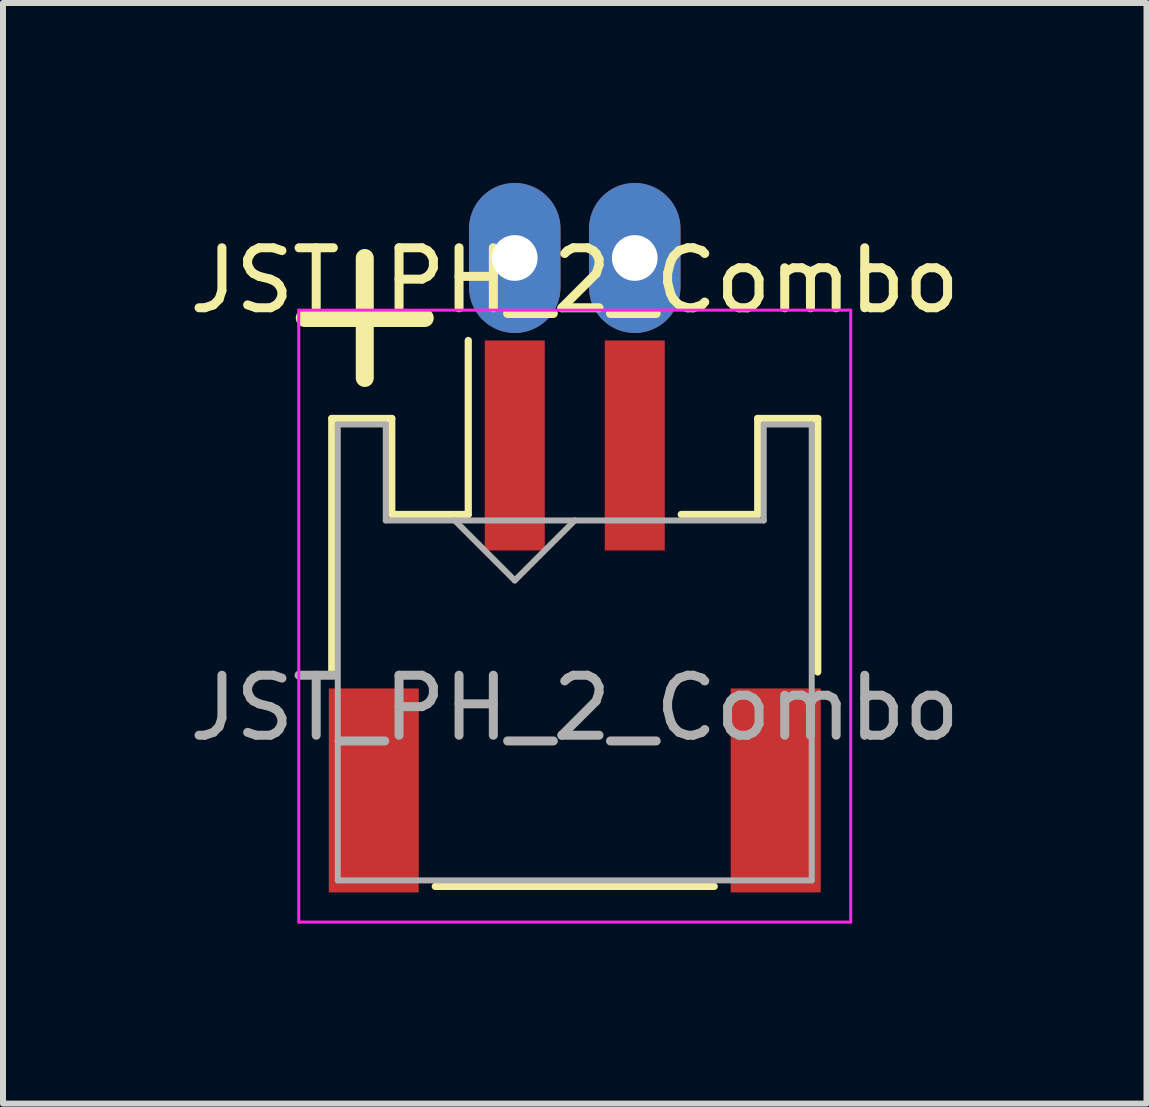
<source format=kicad_pcb>
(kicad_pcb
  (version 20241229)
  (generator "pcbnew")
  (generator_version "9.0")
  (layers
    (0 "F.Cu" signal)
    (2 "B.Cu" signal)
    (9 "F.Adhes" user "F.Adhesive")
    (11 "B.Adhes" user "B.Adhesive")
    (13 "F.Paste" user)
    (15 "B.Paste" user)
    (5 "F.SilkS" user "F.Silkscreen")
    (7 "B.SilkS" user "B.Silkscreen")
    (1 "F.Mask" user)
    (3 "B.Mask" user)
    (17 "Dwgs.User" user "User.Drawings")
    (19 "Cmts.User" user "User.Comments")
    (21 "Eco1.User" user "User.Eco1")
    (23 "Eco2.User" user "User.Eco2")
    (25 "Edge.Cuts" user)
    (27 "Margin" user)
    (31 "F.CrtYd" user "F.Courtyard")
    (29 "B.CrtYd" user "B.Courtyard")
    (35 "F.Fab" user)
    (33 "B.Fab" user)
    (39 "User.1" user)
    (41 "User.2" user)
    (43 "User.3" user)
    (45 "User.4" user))
  (footprint "JST_PH_2_Combo"
    (layer "F.Cu")
    (at 6.53 7.25)
    (property "Reference" "JST_PH_2_Combo" (at 0 -5.625 0) (layer "F.SilkS") (effects (font (size 1 1) (thickness 0.15))))
    (attr smd)
    (fp_line (start -4.05 -3.325) (end -4.05 0.9) (stroke (width 0.12) (type solid)) (layer "F.SilkS"))
    (fp_line (start -3.5 -4) (end -3.5 -6) (stroke (width 0.3) (type solid)) (layer "F.SilkS"))
    (fp_line (start -3.05 -3.325) (end -4.05 -3.325) (stroke (width 0.12) (type solid)) (layer "F.SilkS"))
    (fp_line (start -3.05 -1.725) (end -3.05 -3.325) (stroke (width 0.12) (type solid)) (layer "F.SilkS"))
    (fp_line (start -2.5 -5) (end -4.5 -5) (stroke (width 0.3) (type solid)) (layer "F.SilkS"))
    (fp_line (start -2.325 4.475) (end 2.325 4.475) (stroke (width 0.12) (type solid)) (layer "F.SilkS"))
    (fp_line (start -1.775 -1.725) (end -3.05 -1.725) (stroke (width 0.12) (type solid)) (layer "F.SilkS"))
    (fp_line (start -1.775 -1.725) (end -1.775 -4.625) (stroke (width 0.12) (type solid)) (layer "F.SilkS"))
    (fp_line (start 3.05 -3.325) (end 3.05 -1.725) (stroke (width 0.12) (type solid)) (layer "F.SilkS"))
    (fp_line (start 3.05 -1.725) (end 1.775 -1.725) (stroke (width 0.12) (type solid)) (layer "F.SilkS"))
    (fp_line (start 4.05 -3.325) (end 3.05 -3.325) (stroke (width 0.12) (type solid)) (layer "F.SilkS"))
    (fp_line (start 4.05 0.9) (end 4.05 -3.325) (stroke (width 0.12) (type solid)) (layer "F.SilkS"))
    (fp_line (start -4.6 -5.13) (end -4.6 5.07) (stroke (width 0.05) (type solid)) (layer "F.CrtYd"))
    (fp_line (start -4.6 5.07) (end 4.6 5.07) (stroke (width 0.05) (type solid)) (layer "F.CrtYd"))
    (fp_line (start 4.6 -5.13) (end -4.6 -5.13) (stroke (width 0.05) (type solid)) (layer "F.CrtYd"))
    (fp_line (start 4.6 5.07) (end 4.6 -5.13) (stroke (width 0.05) (type solid)) (layer "F.CrtYd"))
    (fp_line (start -3.95 -3.225) (end -3.95 4.375) (stroke (width 0.1) (type solid)) (layer "F.Fab"))
    (fp_line (start -3.95 4.375) (end 3.95 4.375) (stroke (width 0.1) (type solid)) (layer "F.Fab"))
    (fp_line (start -3.15 -3.225) (end -3.95 -3.225) (stroke (width 0.1) (type solid)) (layer "F.Fab"))
    (fp_line (start -3.15 -1.625) (end -3.15 -3.225) (stroke (width 0.1) (type solid)) (layer "F.Fab"))
    (fp_line (start -2 -1.625) (end -1 -0.625) (stroke (width 0.1) (type solid)) (layer "F.Fab"))
    (fp_line (start -1 -0.625) (end 0 -1.625) (stroke (width 0.1) (type solid)) (layer "F.Fab"))
    (fp_line (start 3.15 -3.225) (end 3.15 -1.625) (stroke (width 0.1) (type solid)) (layer "F.Fab"))
    (fp_line (start 3.15 -1.625) (end -3.15 -1.625) (stroke (width 0.1) (type solid)) (layer "F.Fab"))
    (fp_line (start 3.95 -3.225) (end 3.15 -3.225) (stroke (width 0.1) (type solid)) (layer "F.Fab"))
    (fp_line (start 3.95 4.375) (end 3.95 -3.225) (stroke (width 0.1) (type solid)) (layer "F.Fab"))
    (fp_text user "${REFERENCE}" (at 0 1.5 0) (layer "F.Fab") (effects (font (size 1 1) (thickness 0.15))))
    (pad "" smd rect (at -3.35 2.875) (size 1.5 3.4) (layers "F.Cu" "F.Mask" "F.Paste"))
    (pad "" smd rect (at 3.35 2.875) (size 1.5 3.4) (layers "F.Cu" "F.Mask" "F.Paste"))
    (pad "1" thru_hole oval (at -1 -6) (size 1.524 2.5) (drill 0.762) (layers "*.Cu" "*.Mask"))
    (pad "1" smd rect (at -1 -2.875) (size 1 3.5) (layers "F.Cu" "F.Mask" "F.Paste"))
    (pad "2" thru_hole oval (at 1 -6) (size 1.524 2.5) (drill 0.762) (layers "*.Cu" "*.Mask"))
    (pad "2" smd rect (at 1 -2.875) (size 1 3.5) (layers "F.Cu" "F.Mask" "F.Paste")))
  (gr_rect
    (start -3 -3)
    (end 16.06 15.345)
    (stroke (width 0.1) (type default))
    (fill no)
    (layer "Edge.Cuts")))
</source>
